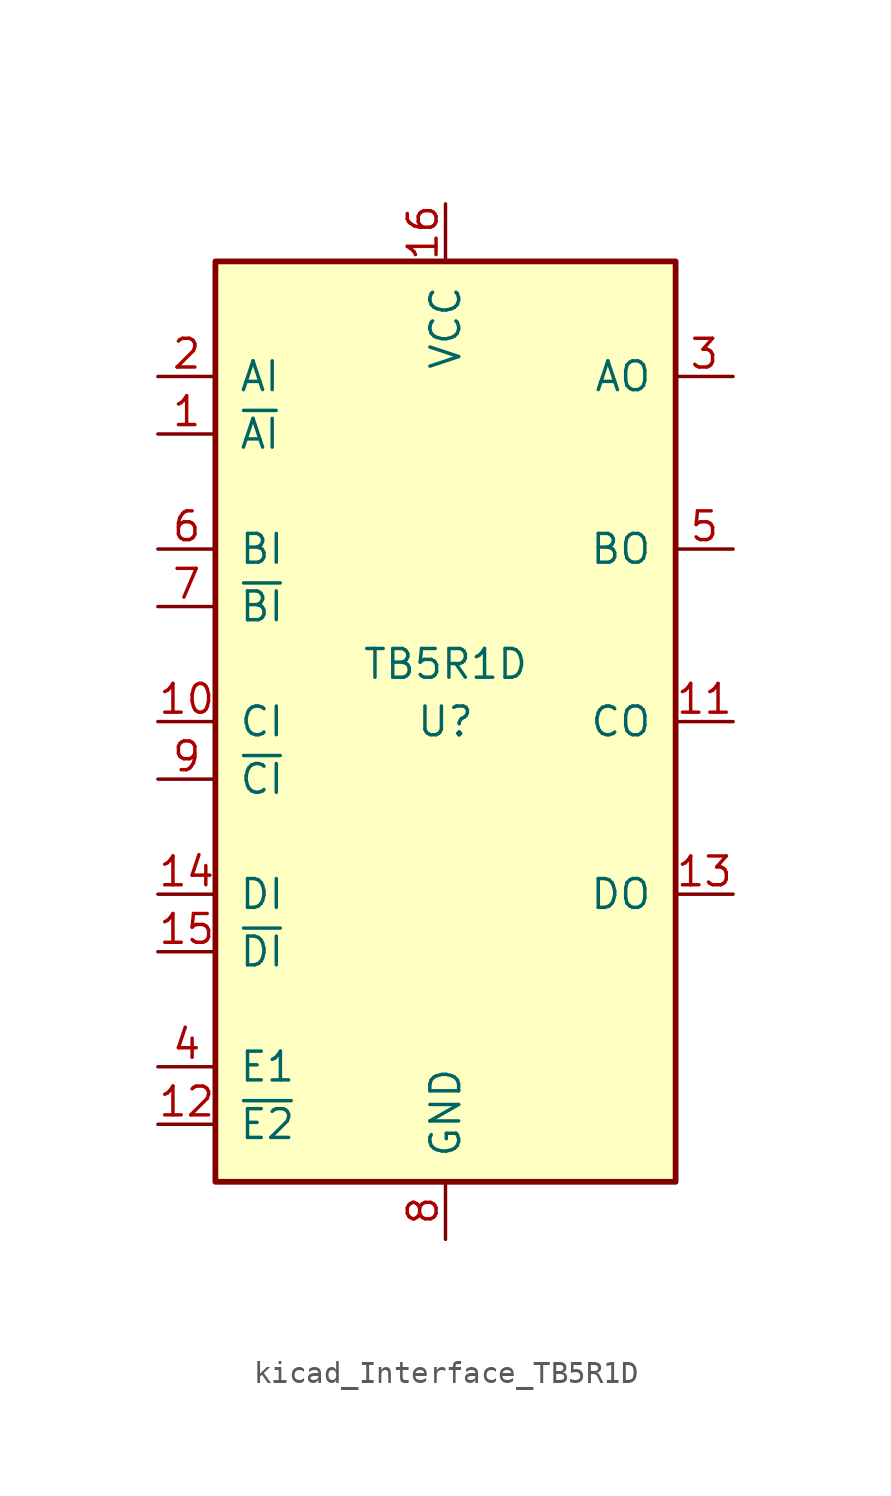
<source format=kicad_sym>
(kicad_symbol_lib
  (version 20220914)
  (generator kicad_symbol_editor)
  (symbol "kicad_Interface_TB5R1D"
    (pin_names
      (offset 1.016))
    (property "Reference" "U"
      (at 0 0 0)
      (effects (font (size 1.27 1.27))))
    (property "Value" "TB5R1D"
      (at 0 2.54 0)
      (effects (font (size 1.27 1.27))))
    (symbol "kicad_Interface_TB5R1D_0_1"
      (rectangle (start 10.16 -20.32) (end -10.16 20.32) (stroke (width 0.254) (type default)) (fill (type background))))
    (symbol "kicad_Interface_TB5R1D_1_1"
      (pin input line (at -12.7 12.7 0) (length 2.54) (name "~{AI}" (effects (font (size 1.27 1.27)))) (number "1" (effects (font (size 1.27 1.27)))))
      (pin input line (at -12.7 0 0) (length 2.54) (name "CI" (effects (font (size 1.27 1.27)))) (number "10" (effects (font (size 1.27 1.27)))))
      (pin output line (at 12.7 0 180) (length 2.54) (name "CO" (effects (font (size 1.27 1.27)))) (number "11" (effects (font (size 1.27 1.27)))))
      (pin input line (at -12.7 -17.78 0) (length 2.54) (name "~{E2}" (effects (font (size 1.27 1.27)))) (number "12" (effects (font (size 1.27 1.27)))))
      (pin output line (at 12.7 -7.62 180) (length 2.54) (name "DO" (effects (font (size 1.27 1.27)))) (number "13" (effects (font (size 1.27 1.27)))))
      (pin input line (at -12.7 -7.62 0) (length 2.54) (name "DI" (effects (font (size 1.27 1.27)))) (number "14" (effects (font (size 1.27 1.27)))))
      (pin input line (at -12.7 -10.16 0) (length 2.54) (name "~{DI}" (effects (font (size 1.27 1.27)))) (number "15" (effects (font (size 1.27 1.27)))))
      (pin power_in line (at 0 22.86 270) (length 2.54) (name "VCC" (effects (font (size 1.27 1.27)))) (number "16" (effects (font (size 1.27 1.27)))))
      (pin input line (at -12.7 15.24 0) (length 2.54) (name "AI" (effects (font (size 1.27 1.27)))) (number "2" (effects (font (size 1.27 1.27)))))
      (pin output line (at 12.7 15.24 180) (length 2.54) (name "AO" (effects (font (size 1.27 1.27)))) (number "3" (effects (font (size 1.27 1.27)))))
      (pin input line (at -12.7 -15.24 0) (length 2.54) (name "E1" (effects (font (size 1.27 1.27)))) (number "4" (effects (font (size 1.27 1.27)))))
      (pin output line (at 12.7 7.62 180) (length 2.54) (name "BO" (effects (font (size 1.27 1.27)))) (number "5" (effects (font (size 1.27 1.27)))))
      (pin input line (at -12.7 7.62 0) (length 2.54) (name "BI" (effects (font (size 1.27 1.27)))) (number "6" (effects (font (size 1.27 1.27)))))
      (pin input line (at -12.7 5.08 0) (length 2.54) (name "~{BI}" (effects (font (size 1.27 1.27)))) (number "7" (effects (font (size 1.27 1.27)))))
      (pin power_in line (at 0 -22.86 90) (length 2.54) (name "GND" (effects (font (size 1.27 1.27)))) (number "8" (effects (font (size 1.27 1.27)))))
      (pin input line (at -12.7 -2.54 0) (length 2.54) (name "~{CI}" (effects (font (size 1.27 1.27)))) (number "9" (effects (font (size 1.27 1.27))))))))
</source>
